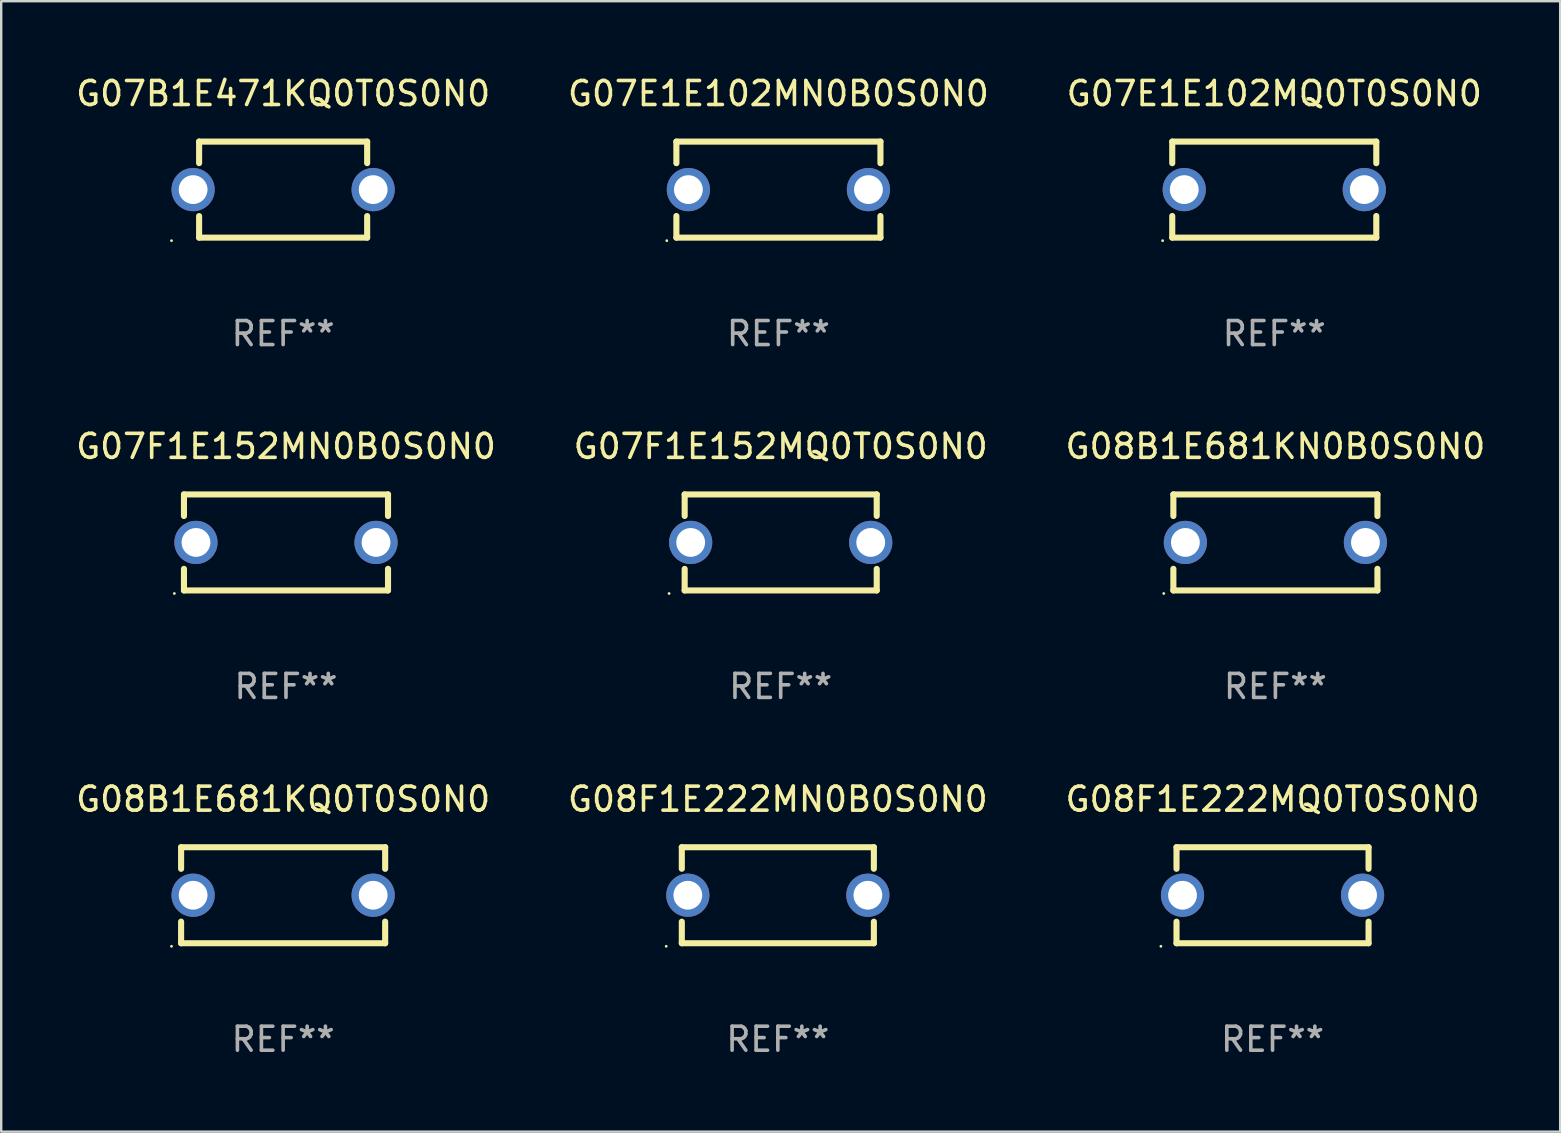
<source format=kicad_pcb>
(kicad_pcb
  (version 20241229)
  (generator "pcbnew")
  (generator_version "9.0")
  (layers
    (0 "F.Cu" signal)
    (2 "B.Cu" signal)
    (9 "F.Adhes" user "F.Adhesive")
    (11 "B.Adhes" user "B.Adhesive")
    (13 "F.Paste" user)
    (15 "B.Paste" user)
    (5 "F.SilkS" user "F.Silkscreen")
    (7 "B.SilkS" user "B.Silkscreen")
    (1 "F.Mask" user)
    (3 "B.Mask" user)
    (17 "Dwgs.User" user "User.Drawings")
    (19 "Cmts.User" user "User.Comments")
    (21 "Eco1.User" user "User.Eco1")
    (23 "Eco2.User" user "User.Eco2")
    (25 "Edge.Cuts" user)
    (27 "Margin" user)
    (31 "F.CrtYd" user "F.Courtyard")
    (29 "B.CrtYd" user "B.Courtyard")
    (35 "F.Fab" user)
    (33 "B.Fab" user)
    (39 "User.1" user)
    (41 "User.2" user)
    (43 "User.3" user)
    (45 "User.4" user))
  (footprint "G08F1E222MN0B0S0N0"
    (layer "F.Cu")
    (at 29.351 34.241)
    (property "Reference" "G08F1E222MN0B0S0N0" (at 0 -4 0) (layer "F.SilkS") (effects (font (size 1 1) (thickness 0.15))))
    (attr through_hole)
    (fp_line (start -4 -2) (end -4 -1.103) (stroke (width 0.254) (type solid)) (layer "F.SilkS"))
    (fp_line (start -4 -2) (end 4 -2) (stroke (width 0.254) (type solid)) (layer "F.SilkS"))
    (fp_line (start -4 1.103) (end -4 2) (stroke (width 0.254) (type solid)) (layer "F.SilkS"))
    (fp_line (start 4 -2) (end 4 -1.103) (stroke (width 0.254) (type solid)) (layer "F.SilkS"))
    (fp_line (start 4 1.103) (end 4 2) (stroke (width 0.254) (type solid)) (layer "F.SilkS"))
    (fp_line (start 4 2) (end -4 2) (stroke (width 0.254) (type solid)) (layer "F.SilkS"))
    (fp_circle (center -4.65 2.127) (end -4.62 2.127) (stroke (width 0.06) (type solid)) (fill no) (layer "F.SilkS"))
    (fp_text user "REF**" (at 0 6 0) (layer "F.Fab") (effects (font (size 1 1) (thickness 0.15))))
    (pad "1" thru_hole circle (at -3.75 0) (size 1.8 1.8) (drill 1.2) (layers "*.Cu" "*.Mask"))
    (pad "2" thru_hole circle (at 3.75 0) (size 1.8 1.8) (drill 1.2) (layers "*.Cu" "*.Mask")))
  (footprint "G07B1E471KQ0T0S0N0"
    (layer "F.Cu")
    (at 8.744 4.848)
    (property "Reference" "G07B1E471KQ0T0S0N0" (at 0 -4 0) (layer "F.SilkS") (effects (font (size 1 1) (thickness 0.15))))
    (attr through_hole)
    (fp_line (start -3.5 -2) (end -3.5 -1.103) (stroke (width 0.254) (type solid)) (layer "F.SilkS"))
    (fp_line (start -3.5 -2) (end 3.5 -2) (stroke (width 0.254) (type solid)) (layer "F.SilkS"))
    (fp_line (start -3.5 1.103) (end -3.5 2) (stroke (width 0.254) (type solid)) (layer "F.SilkS"))
    (fp_line (start 3.5 -1.103) (end 3.5 -2) (stroke (width 0.254) (type solid)) (layer "F.SilkS"))
    (fp_line (start 3.5 2) (end -3.5 2) (stroke (width 0.254) (type solid)) (layer "F.SilkS"))
    (fp_line (start 3.5 2) (end 3.5 1.103) (stroke (width 0.254) (type solid)) (layer "F.SilkS"))
    (fp_circle (center -4.65 2.127) (end -4.62 2.127) (stroke (width 0.06) (type solid)) (fill no) (layer "F.SilkS"))
    (fp_text user "REF**" (at 0 6 0) (layer "F.Fab") (effects (font (size 1 1) (thickness 0.15))))
    (pad "1" thru_hole circle (at -3.75 0) (size 1.8 1.8) (drill 1.2) (layers "*.Cu" "*.Mask"))
    (pad "2" thru_hole circle (at 3.75 0) (size 1.8 1.8) (drill 1.2) (layers "*.Cu" "*.Mask")))
  (footprint "G07E1E102MN0B0S0N0"
    (layer "F.Cu")
    (at 29.375 4.848)
    (property "Reference" "G07E1E102MN0B0S0N0" (at 0 -4 0) (layer "F.SilkS") (effects (font (size 1 1) (thickness 0.15))))
    (attr through_hole)
    (fp_line (start -4.25 -2) (end -4.25 -1.1) (stroke (width 0.254) (type solid)) (layer "F.SilkS"))
    (fp_line (start -4.25 -2) (end 4.25 -2) (stroke (width 0.254) (type solid)) (layer "F.SilkS"))
    (fp_line (start -4.25 1.1) (end -4.25 2) (stroke (width 0.254) (type solid)) (layer "F.SilkS"))
    (fp_line (start 4.25 -2) (end 4.25 -1.1) (stroke (width 0.254) (type solid)) (layer "F.SilkS"))
    (fp_line (start 4.25 1.1) (end 4.25 2) (stroke (width 0.254) (type solid)) (layer "F.SilkS"))
    (fp_line (start 4.25 2) (end -4.25 2) (stroke (width 0.254) (type solid)) (layer "F.SilkS"))
    (fp_circle (center -4.65 2.127) (end -4.62 2.127) (stroke (width 0.06) (type solid)) (fill no) (layer "F.SilkS"))
    (fp_text user "REF**" (at 0 6 0) (layer "F.Fab") (effects (font (size 1 1) (thickness 0.15))))
    (pad "1" thru_hole circle (at -3.75 0) (size 1.8 1.8) (drill 1.2) (layers "*.Cu" "*.Mask"))
    (pad "2" thru_hole circle (at 3.75 0) (size 1.8 1.8) (drill 1.2) (layers "*.Cu" "*.Mask")))
  (footprint "G07E1E102MQ0T0S0N0"
    (layer "F.Cu")
    (at 50.03 4.848)
    (property "Reference" "G07E1E102MQ0T0S0N0" (at 0 -4 0) (layer "F.SilkS") (effects (font (size 1 1) (thickness 0.15))))
    (attr through_hole)
    (fp_line (start -4.25 -2) (end -4.25 -1.1) (stroke (width 0.254) (type solid)) (layer "F.SilkS"))
    (fp_line (start -4.25 -2) (end 4.25 -2) (stroke (width 0.254) (type solid)) (layer "F.SilkS"))
    (fp_line (start -4.25 1.1) (end -4.25 2) (stroke (width 0.254) (type solid)) (layer "F.SilkS"))
    (fp_line (start 4.25 -2) (end 4.25 -1.1) (stroke (width 0.254) (type solid)) (layer "F.SilkS"))
    (fp_line (start 4.25 1.1) (end 4.25 2) (stroke (width 0.254) (type solid)) (layer "F.SilkS"))
    (fp_line (start 4.25 2) (end -4.25 2) (stroke (width 0.254) (type solid)) (layer "F.SilkS"))
    (fp_circle (center -4.65 2.127) (end -4.62 2.127) (stroke (width 0.06) (type solid)) (fill no) (layer "F.SilkS"))
    (fp_text user "REF**" (at 0 6 0) (layer "F.Fab") (effects (font (size 1 1) (thickness 0.15))))
    (pad "1" thru_hole circle (at -3.75 0) (size 1.8 1.8) (drill 1.2) (layers "*.Cu" "*.Mask"))
    (pad "2" thru_hole circle (at 3.75 0) (size 1.8 1.8) (drill 1.2) (layers "*.Cu" "*.Mask")))
  (footprint "G07F1E152MN0B0S0N0"
    (layer "F.Cu")
    (at 8.863 19.545)
    (property "Reference" "G07F1E152MN0B0S0N0" (at 0 -4 0) (layer "F.SilkS") (effects (font (size 1 1) (thickness 0.15))))
    (attr through_hole)
    (fp_line (start -4.25 -2) (end -4.25 -1.1) (stroke (width 0.254) (type solid)) (layer "F.SilkS"))
    (fp_line (start -4.25 -2) (end 4.25 -2) (stroke (width 0.254) (type solid)) (layer "F.SilkS"))
    (fp_line (start -4.25 1.1) (end -4.25 2) (stroke (width 0.254) (type solid)) (layer "F.SilkS"))
    (fp_line (start 4.25 -2) (end 4.25 -1.1) (stroke (width 0.254) (type solid)) (layer "F.SilkS"))
    (fp_line (start 4.25 1.1) (end 4.25 2) (stroke (width 0.254) (type solid)) (layer "F.SilkS"))
    (fp_line (start 4.25 2) (end -4.25 2) (stroke (width 0.254) (type solid)) (layer "F.SilkS"))
    (fp_circle (center -4.65 2.127) (end -4.62 2.127) (stroke (width 0.06) (type solid)) (fill no) (layer "F.SilkS"))
    (fp_text user "REF**" (at 0 6 0) (layer "F.Fab") (effects (font (size 1 1) (thickness 0.15))))
    (pad "1" thru_hole circle (at -3.75 0) (size 1.8 1.8) (drill 1.2) (layers "*.Cu" "*.Mask"))
    (pad "2" thru_hole circle (at 3.75 0) (size 1.8 1.8) (drill 1.2) (layers "*.Cu" "*.Mask")))
  (footprint "G08B1E681KN0B0S0N0"
    (layer "F.Cu")
    (at 50.077 19.545)
    (property "Reference" "G08B1E681KN0B0S0N0" (at 0 -4 0) (layer "F.SilkS") (effects (font (size 1 1) (thickness 0.15))))
    (attr through_hole)
    (fp_line (start -4.25 -2) (end -4.25 -1.1) (stroke (width 0.254) (type solid)) (layer "F.SilkS"))
    (fp_line (start -4.25 -2) (end 4.25 -2) (stroke (width 0.254) (type solid)) (layer "F.SilkS"))
    (fp_line (start -4.25 1.1) (end -4.25 2) (stroke (width 0.254) (type solid)) (layer "F.SilkS"))
    (fp_line (start 4.25 -2) (end 4.25 -1.1) (stroke (width 0.254) (type solid)) (layer "F.SilkS"))
    (fp_line (start 4.25 1.1) (end 4.25 2) (stroke (width 0.254) (type solid)) (layer "F.SilkS"))
    (fp_line (start 4.25 2) (end -4.25 2) (stroke (width 0.254) (type solid)) (layer "F.SilkS"))
    (fp_circle (center -4.65 2.127) (end -4.62 2.127) (stroke (width 0.06) (type solid)) (fill no) (layer "F.SilkS"))
    (fp_text user "REF**" (at 0 6 0) (layer "F.Fab") (effects (font (size 1 1) (thickness 0.15))))
    (pad "1" thru_hole circle (at -3.75 0) (size 1.8 1.8) (drill 1.2) (layers "*.Cu" "*.Mask"))
    (pad "2" thru_hole circle (at 3.75 0) (size 1.8 1.8) (drill 1.2) (layers "*.Cu" "*.Mask")))
  (footprint "G08F1E222MQ0T0S0N0"
    (layer "F.Cu")
    (at 49.958 34.241)
    (property "Reference" "G08F1E222MQ0T0S0N0" (at 0 -4 0) (layer "F.SilkS") (effects (font (size 1 1) (thickness 0.15))))
    (attr through_hole)
    (fp_line (start -4 -2) (end -4 -1.103) (stroke (width 0.254) (type solid)) (layer "F.SilkS"))
    (fp_line (start -4 -2) (end 4 -2) (stroke (width 0.254) (type solid)) (layer "F.SilkS"))
    (fp_line (start -4 1.103) (end -4 2) (stroke (width 0.254) (type solid)) (layer "F.SilkS"))
    (fp_line (start 4 -2) (end 4 -1.103) (stroke (width 0.254) (type solid)) (layer "F.SilkS"))
    (fp_line (start 4 1.103) (end 4 2) (stroke (width 0.254) (type solid)) (layer "F.SilkS"))
    (fp_line (start 4 2) (end -4 2) (stroke (width 0.254) (type solid)) (layer "F.SilkS"))
    (fp_circle (center -4.65 2.127) (end -4.62 2.127) (stroke (width 0.06) (type solid)) (fill no) (layer "F.SilkS"))
    (fp_text user "REF**" (at 0 6 0) (layer "F.Fab") (effects (font (size 1 1) (thickness 0.15))))
    (pad "1" thru_hole circle (at -3.75 0) (size 1.8 1.8) (drill 1.2) (layers "*.Cu" "*.Mask"))
    (pad "2" thru_hole circle (at 3.75 0) (size 1.8 1.8) (drill 1.2) (layers "*.Cu" "*.Mask")))
  (footprint "G07F1E152MQ0T0S0N0"
    (layer "F.Cu")
    (at 29.47 19.545)
    (property "Reference" "G07F1E152MQ0T0S0N0" (at 0 -4 0) (layer "F.SilkS") (effects (font (size 1 1) (thickness 0.15))))
    (attr through_hole)
    (fp_line (start -4 -2) (end -4 -1.103) (stroke (width 0.254) (type solid)) (layer "F.SilkS"))
    (fp_line (start -4 -2) (end 4 -2) (stroke (width 0.254) (type solid)) (layer "F.SilkS"))
    (fp_line (start -4 1.103) (end -4 2) (stroke (width 0.254) (type solid)) (layer "F.SilkS"))
    (fp_line (start 4 -2) (end 4 -1.103) (stroke (width 0.254) (type solid)) (layer "F.SilkS"))
    (fp_line (start 4 1.103) (end 4 2) (stroke (width 0.254) (type solid)) (layer "F.SilkS"))
    (fp_line (start 4 2) (end -4 2) (stroke (width 0.254) (type solid)) (layer "F.SilkS"))
    (fp_circle (center -4.65 2.127) (end -4.62 2.127) (stroke (width 0.06) (type solid)) (fill no) (layer "F.SilkS"))
    (fp_text user "REF**" (at 0 6 0) (layer "F.Fab") (effects (font (size 1 1) (thickness 0.15))))
    (pad "1" thru_hole circle (at -3.75 0) (size 1.8 1.8) (drill 1.2) (layers "*.Cu" "*.Mask"))
    (pad "2" thru_hole circle (at 3.75 0) (size 1.8 1.8) (drill 1.2) (layers "*.Cu" "*.Mask")))
  (footprint "G08B1E681KQ0T0S0N0"
    (layer "F.Cu")
    (at 8.744 34.241)
    (property "Reference" "G08B1E681KQ0T0S0N0" (at 0 -4 0) (layer "F.SilkS") (effects (font (size 1 1) (thickness 0.15))))
    (attr through_hole)
    (fp_line (start -4.25 -2) (end -4.25 -1.1) (stroke (width 0.254) (type solid)) (layer "F.SilkS"))
    (fp_line (start -4.25 -2) (end 4.25 -2) (stroke (width 0.254) (type solid)) (layer "F.SilkS"))
    (fp_line (start -4.25 1.1) (end -4.25 2) (stroke (width 0.254) (type solid)) (layer "F.SilkS"))
    (fp_line (start 4.25 -2) (end 4.25 -1.1) (stroke (width 0.254) (type solid)) (layer "F.SilkS"))
    (fp_line (start 4.25 1.1) (end 4.25 2) (stroke (width 0.254) (type solid)) (layer "F.SilkS"))
    (fp_line (start 4.25 2) (end -4.25 2) (stroke (width 0.254) (type solid)) (layer "F.SilkS"))
    (fp_circle (center -4.65 2.127) (end -4.62 2.127) (stroke (width 0.06) (type solid)) (fill no) (layer "F.SilkS"))
    (fp_text user "REF**" (at 0 6 0) (layer "F.Fab") (effects (font (size 1 1) (thickness 0.15))))
    (pad "1" thru_hole circle (at -3.75 0) (size 1.8 1.8) (drill 1.2) (layers "*.Cu" "*.Mask"))
    (pad "2" thru_hole circle (at 3.75 0) (size 1.8 1.8) (drill 1.2) (layers "*.Cu" "*.Mask")))
  (gr_rect
    (start -3 -3)
    (end 61.94 44.09)
    (stroke (width 0.1) (type default))
    (fill no)
    (layer "Edge.Cuts")))
</source>
